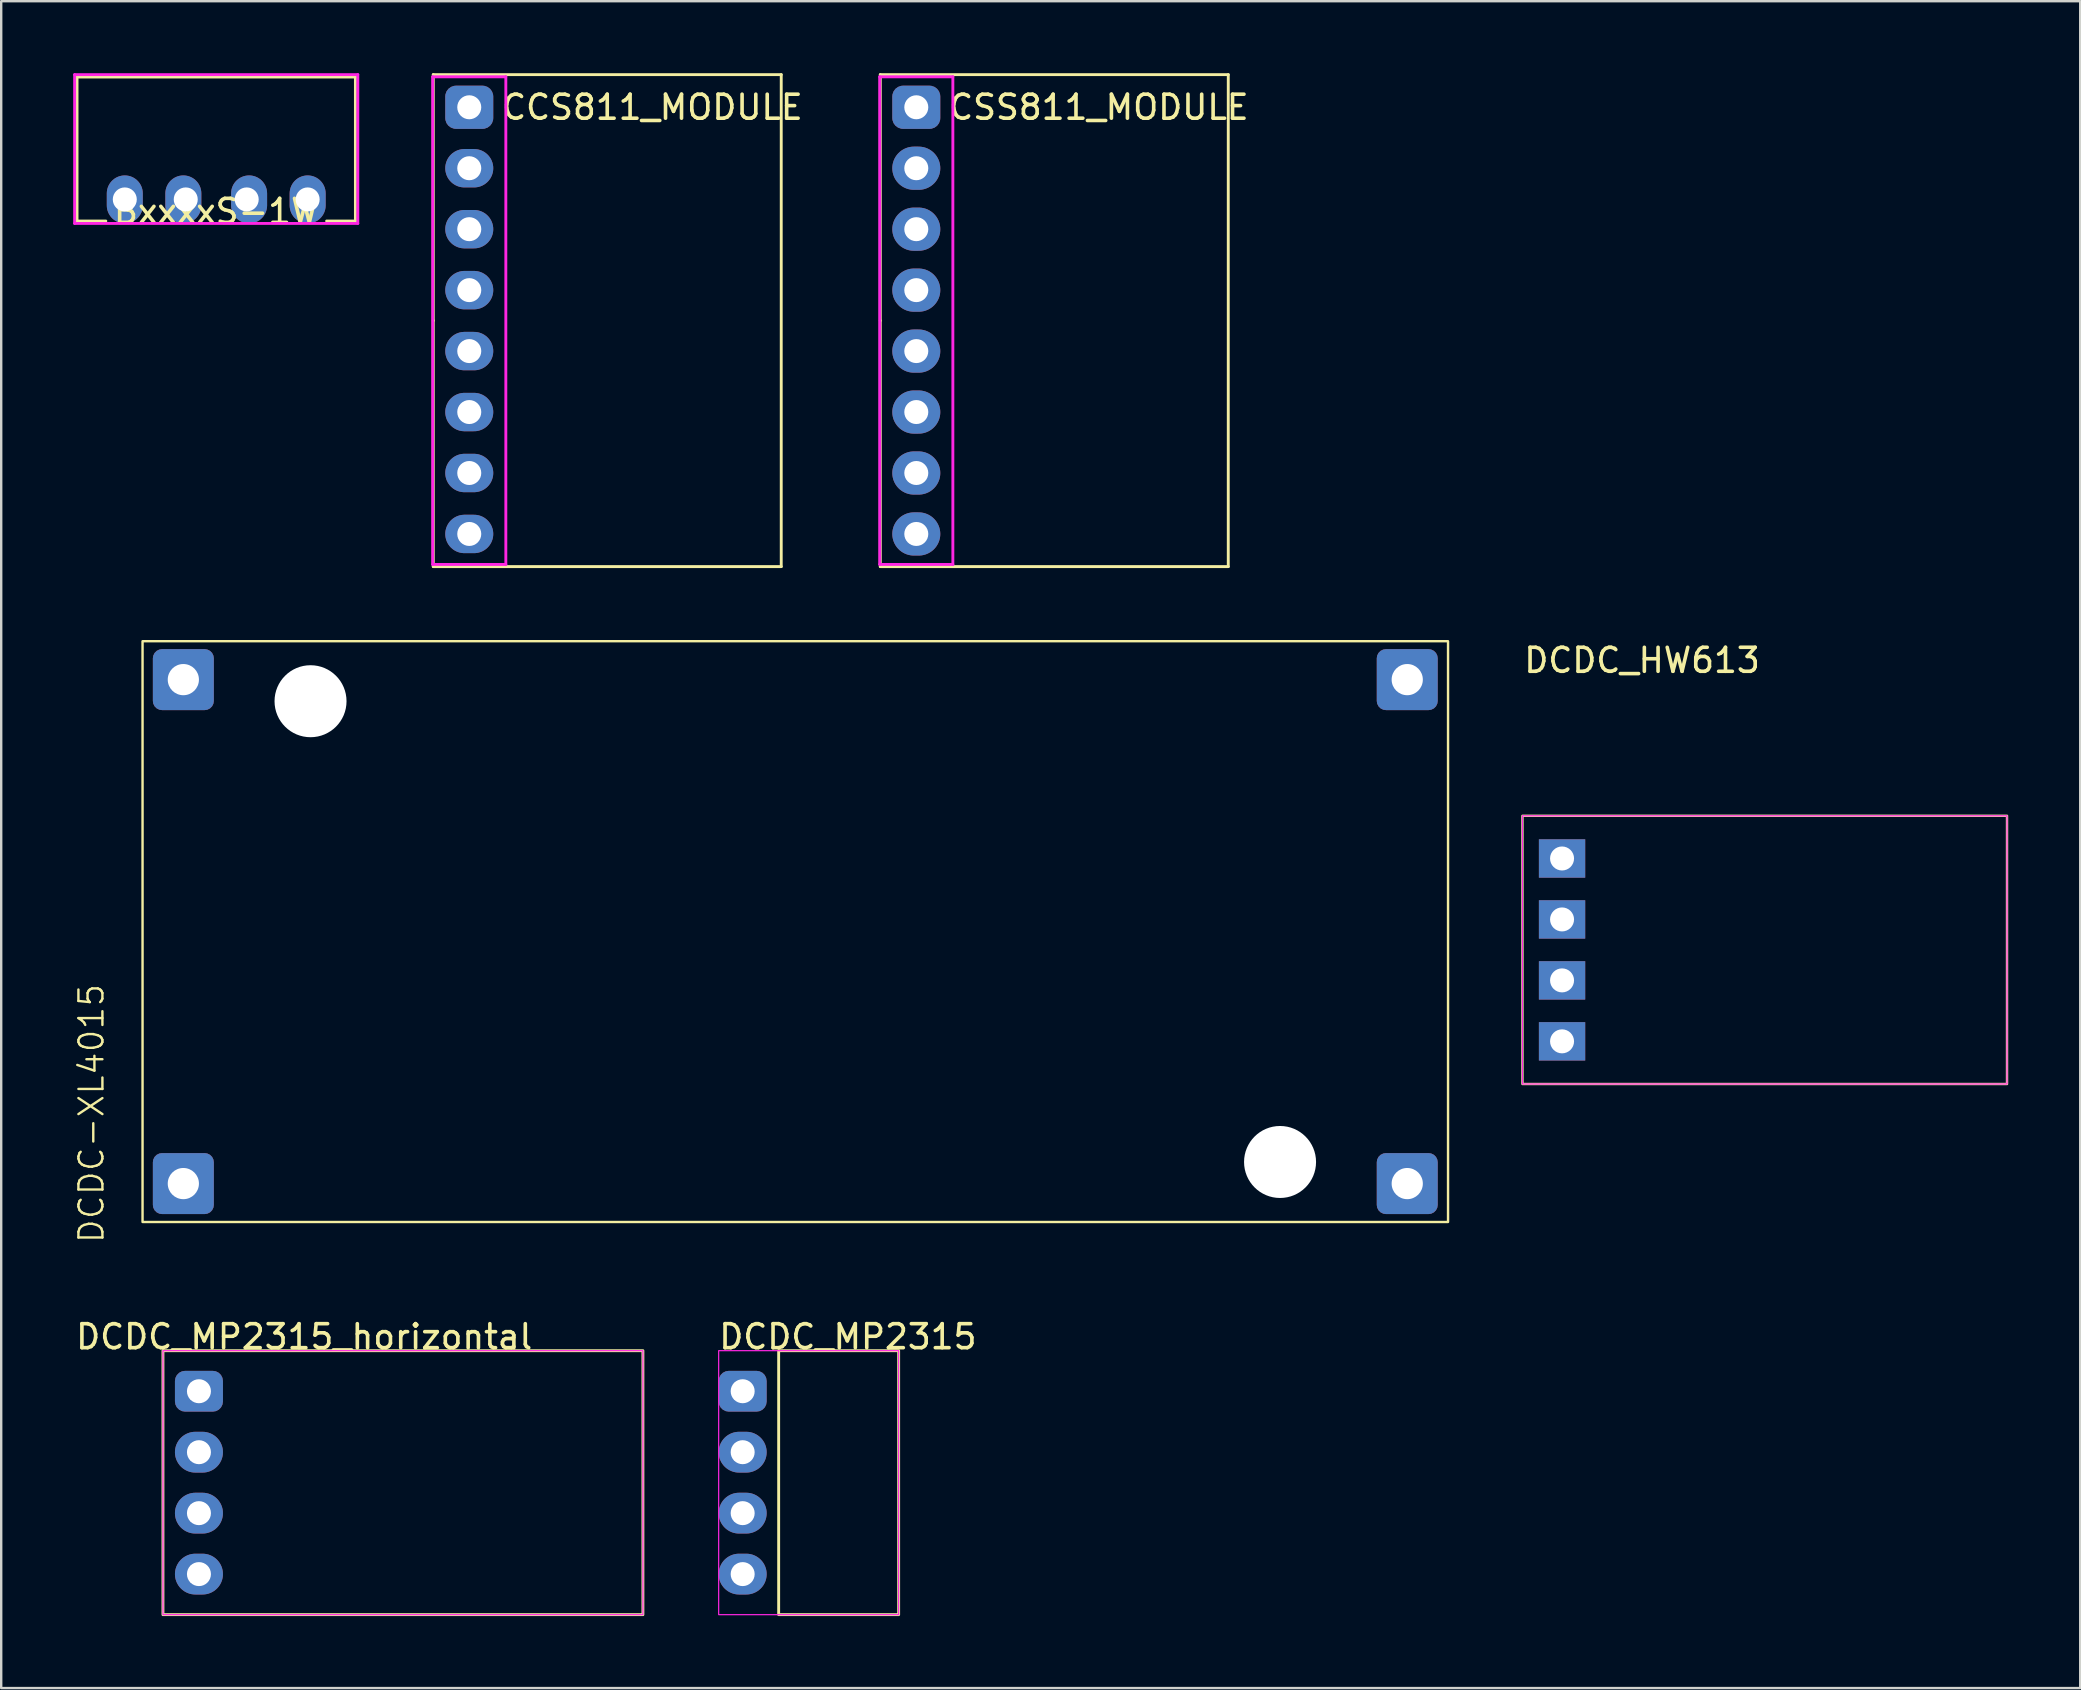
<source format=kicad_pcb>
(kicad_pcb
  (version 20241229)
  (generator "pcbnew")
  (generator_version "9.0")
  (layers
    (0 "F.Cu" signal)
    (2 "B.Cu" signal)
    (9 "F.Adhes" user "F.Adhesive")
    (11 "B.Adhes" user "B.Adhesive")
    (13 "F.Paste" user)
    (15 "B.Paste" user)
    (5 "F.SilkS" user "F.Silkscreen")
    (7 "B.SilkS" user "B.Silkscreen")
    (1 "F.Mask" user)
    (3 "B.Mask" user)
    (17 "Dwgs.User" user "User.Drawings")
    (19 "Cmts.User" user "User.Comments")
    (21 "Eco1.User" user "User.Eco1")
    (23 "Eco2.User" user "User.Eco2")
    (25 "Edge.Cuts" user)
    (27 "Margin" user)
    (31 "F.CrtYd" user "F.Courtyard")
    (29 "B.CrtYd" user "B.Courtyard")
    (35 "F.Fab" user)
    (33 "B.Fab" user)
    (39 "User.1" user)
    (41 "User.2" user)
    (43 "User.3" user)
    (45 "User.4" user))
  (footprint "CSS811_MODULE"
    (layer "F.Cu")
    (at 35.132 10.31)
    (property "Reference" "CSS811_MODULE" (at 1.27 -8.89 0) (layer "F.SilkS") (effects (font (size 1 1) (thickness 0.15)) (justify left)))
    (attr through_hole)
    (fp_line (start -1.5 -10.25) (end 13 -10.25) (stroke (width 0.12) (type solid)) (layer "F.SilkS"))
    (fp_line (start -1.5 0) (end -1.5 -10.25) (stroke (width 0.12) (type solid)) (layer "F.SilkS"))
    (fp_line (start -1.5 10.25) (end -1.5 0) (stroke (width 0.12) (type solid)) (layer "F.SilkS"))
    (fp_line (start 13 -10.25) (end 13 10.25) (stroke (width 0.12) (type solid)) (layer "F.SilkS"))
    (fp_line (start 13 10.25) (end -1.5 10.25) (stroke (width 0.12) (type solid)) (layer "F.SilkS"))
    (fp_line (start -1.524 -10.16) (end 1.524 -10.16) (stroke (width 0.12) (type solid)) (layer "F.CrtYd"))
    (fp_line (start -1.524 10.16) (end -1.524 -10.16) (stroke (width 0.12) (type solid)) (layer "F.CrtYd"))
    (fp_line (start 1.524 -10.16) (end 1.524 10.16) (stroke (width 0.12) (type solid)) (layer "F.CrtYd"))
    (fp_line (start 1.524 10.16) (end -1.524 10.16) (stroke (width 0.12) (type solid)) (layer "F.CrtYd"))
    (pad "1" thru_hole roundrect (at 0 -8.89) (size 2 1.8) (drill 1) (layers "*.Cu" "*.Mask") (roundrect_rratio 0.25))
    (pad "2" thru_hole oval (at 0 -6.35) (size 2 1.8) (drill 1) (layers "*.Cu" "*.Mask"))
    (pad "3" thru_hole oval (at 0 -3.81) (size 2 1.8) (drill 1) (layers "*.Cu" "*.Mask"))
    (pad "4" thru_hole oval (at 0 -1.27) (size 2 1.8) (drill 1) (layers "*.Cu" "*.Mask"))
    (pad "5" thru_hole oval (at 0 1.27) (size 2 1.8) (drill 1) (layers "*.Cu" "*.Mask"))
    (pad "6" thru_hole oval (at 0 3.81) (size 2 1.8) (drill 1) (layers "*.Cu" "*.Mask"))
    (pad "7" thru_hole oval (at 0 6.35) (size 2 1.8) (drill 1) (layers "*.Cu" "*.Mask"))
    (pad "8" thru_hole oval (at 0 8.89) (size 2 1.8) (drill 1) (layers "*.Cu" "*.Mask")))
  (footprint "BxxxxS-1W"
    (layer "F.Cu")
    (at 5.96 5.26)
    (property "Reference" "BxxxxS-1W" (at 0 0.5 0) (layer "F.SilkS") (effects (font (size 1 1) (thickness 0.15))))
    (attr through_hole)
    (fp_line (start -5.8 -5.1) (end 5.8 -5.1) (stroke (width 0.12) (type solid)) (layer "F.SilkS"))
    (fp_line (start -5.8 0.9) (end -5.8 -5.1) (stroke (width 0.12) (type solid)) (layer "F.SilkS"))
    (fp_line (start -5.8 0.9) (end -4.6 0.9) (stroke (width 0.12) (type solid)) (layer "F.SilkS"))
    (fp_line (start 5.8 -5.1) (end 5.8 0.9) (stroke (width 0.12) (type solid)) (layer "F.SilkS"))
    (fp_line (start 5.8 0.9) (end 4.6 0.9) (stroke (width 0.12) (type solid)) (layer "F.SilkS"))
    (fp_line (start -5.9 -5.2) (end -5.9 1) (stroke (width 0.12) (type solid)) (layer "F.CrtYd"))
    (fp_line (start -5.9 1) (end 5.9 1) (stroke (width 0.12) (type solid)) (layer "F.CrtYd"))
    (fp_line (start 5.9 -5.2) (end -5.9 -5.2) (stroke (width 0.12) (type solid)) (layer "F.CrtYd"))
    (fp_line (start 5.9 1) (end 5.9 -5.2) (stroke (width 0.12) (type solid)) (layer "F.CrtYd"))
    (pad "1" thru_hole oval (at -3.81 0) (size 1.5 2) (drill 1) (layers "*.Cu" "*.Mask"))
    (pad "2" thru_hole oval (at -1.27 0) (size 1.5 2) (drill 1 (offset -0.1 0)) (layers "*.Cu" "*.Mask"))
    (pad "3" thru_hole oval (at 1.27 0) (size 1.5 2) (drill 1 (offset 0.1 0)) (layers "*.Cu" "*.Mask"))
    (pad "4" thru_hole oval (at 3.81 0) (size 1.5 2) (drill 1) (layers "*.Cu" "*.Mask")))
  (footprint "CCS811_MODULE"
    (layer "F.Cu")
    (at 16.504 10.31)
    (property "Reference" "CCS811_MODULE" (at 1.27 -8.89 0) (layer "F.SilkS") (effects (font (size 1 1) (thickness 0.15)) (justify left)))
    (attr through_hole)
    (fp_line (start -1.5 -10.25) (end 13 -10.25) (stroke (width 0.12) (type solid)) (layer "F.SilkS"))
    (fp_line (start -1.5 0) (end -1.5 -10.25) (stroke (width 0.12) (type solid)) (layer "F.SilkS"))
    (fp_line (start -1.5 10.25) (end -1.5 0) (stroke (width 0.12) (type solid)) (layer "F.SilkS"))
    (fp_line (start 13 -10.25) (end 13 10.25) (stroke (width 0.12) (type solid)) (layer "F.SilkS"))
    (fp_line (start 13 10.25) (end -1.5 10.25) (stroke (width 0.12) (type solid)) (layer "F.SilkS"))
    (fp_line (start -1.524 -10.16) (end 1.524 -10.16) (stroke (width 0.12) (type solid)) (layer "F.CrtYd"))
    (fp_line (start -1.524 10.16) (end -1.524 -10.16) (stroke (width 0.12) (type solid)) (layer "F.CrtYd"))
    (fp_line (start 1.524 -10.16) (end 1.524 10.16) (stroke (width 0.12) (type solid)) (layer "F.CrtYd"))
    (fp_line (start 1.524 10.16) (end -1.524 10.16) (stroke (width 0.12) (type solid)) (layer "F.CrtYd"))
    (pad "1" thru_hole roundrect (at 0 -8.89) (size 2 1.8) (drill 1) (layers "*.Cu" "*.Mask") (roundrect_rratio 0.25))
    (pad "2" thru_hole oval (at 0 -6.35) (size 2 1.6) (drill 1) (layers "*.Cu" "*.Mask"))
    (pad "3" thru_hole oval (at 0 -3.81) (size 2 1.6) (drill 1) (layers "*.Cu" "*.Mask"))
    (pad "4" thru_hole oval (at 0 -1.27) (size 2 1.6) (drill 1) (layers "*.Cu" "*.Mask"))
    (pad "5" thru_hole oval (at 0 1.27) (size 2 1.6) (drill 1) (layers "*.Cu" "*.Mask"))
    (pad "6" thru_hole oval (at 0 3.81) (size 2 1.6) (drill 1) (layers "*.Cu" "*.Mask"))
    (pad "7" thru_hole oval (at 0 6.35) (size 2 1.6) (drill 1) (layers "*.Cu" "*.Mask"))
    (pad "8" thru_hole oval (at 0 8.89) (size 2 1.6) (drill 1) (layers "*.Cu" "*.Mask")))
  (footprint "DCDC_HW613"
    (layer "F.Cu")
    (at 62.041 36.533)
    (property "Reference" "DCDC_HW613" (at 3.334 -12.065 0) (layer "F.SilkS") (effects (font (size 1 1) (thickness 0.15))))
    (attr through_hole)
    (fp_rect (start -1.651 -5.588) (end 18.542 5.588) (stroke (width 0.1) (type default)) (fill no) (layer "F.SilkS"))
    (fp_rect (start -1.651 -5.588) (end 18.542 5.588) (stroke (width 0.05) (type default)) (fill no) (layer "F.CrtYd"))
    (pad "EN" thru_hole rect (at 0 -3.81) (size 1.93 1.6) (drill 1) (layers "*.Cu" "*.Mask"))
    (pad "GND" thru_hole rect (at 0 1.27) (size 1.93 1.6) (drill 1) (layers "*.Cu" "*.Mask"))
    (pad "IN+" thru_hole rect (at 0 -1.27) (size 1.93 1.6) (drill 1) (layers "*.Cu" "*.Mask"))
    (pad "VO+" thru_hole rect (at 0 3.81) (size 1.93 1.6) (drill 1) (layers "*.Cu" "*.Mask")))
  (footprint "DCDC_MP2315"
    (layer "F.Cu")
    (at 27.897 58.733)
    (property "Reference" "DCDC_MP2315" (at 4.385 -6.08 0) (layer "F.SilkS") (effects (font (size 1 1) (thickness 0.15))))
    (attr through_hole)
    (fp_rect (start 1.5 -5.5) (end 6.5 5.5) (stroke (width 0.12) (type solid)) (fill no) (layer "F.SilkS"))
    (fp_rect (start -1 -5.5) (end 6.5 5.5) (stroke (width 0.05) (type solid)) (fill no) (layer "F.CrtYd"))
    (fp_line (start -0.32 -4.13) (end -0.32 -3.49) (stroke (width 0.1) (type solid)) (layer "F.Fab"))
    (fp_line (start -0.32 -1.59) (end -0.32 -0.95) (stroke (width 0.1) (type solid)) (layer "F.Fab"))
    (fp_line (start -0.32 0.95) (end -0.32 1.59) (stroke (width 0.1) (type solid)) (layer "F.Fab"))
    (fp_line (start -0.32 3.49) (end -0.32 4.13) (stroke (width 0.1) (type solid)) (layer "F.Fab"))
    (pad "1" thru_hole roundrect (at 0 -3.81) (size 2 1.7) (drill 1) (layers "*.Cu" "*.Mask") (roundrect_rratio 0.25))
    (pad "2" thru_hole oval (at 0 -1.27) (size 2 1.7) (drill 1) (layers "*.Cu" "*.Mask"))
    (pad "3" thru_hole oval (at 0 1.27) (size 2 1.7) (drill 1) (layers "*.Cu" "*.Mask"))
    (pad "4" thru_hole oval (at 0 3.81) (size 2 1.7) (drill 1) (layers "*.Cu" "*.Mask")))
  (footprint "DCDC-XL4015"
    (layer "F.Cu")
    (at 30.09 35.77)
    (property "Reference" "DCDC-XL4015" (at -29.33 7.58 90) (unlocked yes) (layer "F.SilkS") (effects (font (size 1 1) (thickness 0.1))))
    (attr through_hole)
    (fp_rect (start -27.2 -12.1) (end 27.2 12.1) (stroke (width 0.1) (type default)) (fill no) (layer "F.SilkS"))
    (pad "" np_thru_hole circle (at -20.2 -9.6) (size 3 3) (drill 3) (layers "*.Cu" "*.Mask"))
    (pad "" np_thru_hole circle (at 20.2 9.6) (size 3 3) (drill 3) (layers "*.Cu" "*.Mask"))
    (pad "1" thru_hole roundrect (at -25.5 -10.5) (size 2.54 2.54) (drill 1.3) (layers "*.Cu" "*.Mask") (roundrect_rratio 0.15))
    (pad "2" thru_hole roundrect (at -25.5 10.5) (size 2.54 2.54) (drill 1.3) (layers "*.Cu" "*.Mask") (roundrect_rratio 0.15))
    (pad "3" thru_hole roundrect (at 25.5 10.5) (size 2.54 2.54) (drill 1.3) (layers "*.Cu" "*.Mask") (remove_unused_layers yes) (keep_end_layers yes) (zone_layer_connections) (roundrect_rratio 0.15))
    (pad "4" thru_hole roundrect (at 25.5 -10.5) (size 2.54 2.54) (drill 1.3) (layers "*.Cu" "*.Mask") (roundrect_rratio 0.15)))
  (footprint "DCDC_MP2315_horizontal"
    (layer "F.Cu")
    (at 5.24 58.733)
    (property "Reference" "DCDC_MP2315_horizontal" (at 4.385 -6.08 0) (layer "F.SilkS") (effects (font (size 1 1) (thickness 0.15))))
    (attr through_hole)
    (fp_rect (start -1.5 -5.5) (end 18.5 5.5) (stroke (width 0.12) (type solid)) (fill no) (layer "F.SilkS"))
    (fp_rect (start -1.5 -5.5) (end 18.5 5.5) (stroke (width 0.05) (type solid)) (fill no) (layer "F.CrtYd"))
    (fp_line (start -0.32 -4.13) (end -0.32 -3.49) (stroke (width 0.1) (type solid)) (layer "F.Fab"))
    (fp_line (start -0.32 -1.59) (end -0.32 -0.95) (stroke (width 0.1) (type solid)) (layer "F.Fab"))
    (fp_line (start -0.32 0.95) (end -0.32 1.59) (stroke (width 0.1) (type solid)) (layer "F.Fab"))
    (fp_line (start -0.32 3.49) (end -0.32 4.13) (stroke (width 0.1) (type solid)) (layer "F.Fab"))
    (pad "1" thru_hole roundrect (at 0 -3.81) (size 2 1.7) (drill 1) (layers "*.Cu" "*.Mask") (roundrect_rratio 0.25))
    (pad "2" thru_hole oval (at 0 -1.27) (size 2 1.7) (drill 1) (layers "*.Cu" "*.Mask"))
    (pad "3" thru_hole oval (at 0 1.27) (size 2 1.7) (drill 1) (layers "*.Cu" "*.Mask"))
    (pad "4" thru_hole oval (at 0 3.81) (size 2 1.7) (drill 1) (layers "*.Cu" "*.Mask")))
  (gr_rect
    (start -3 -3)
    (end 83.633 67.293)
    (stroke (width 0.1) (type default))
    (fill no)
    (layer "Edge.Cuts")))
</source>
